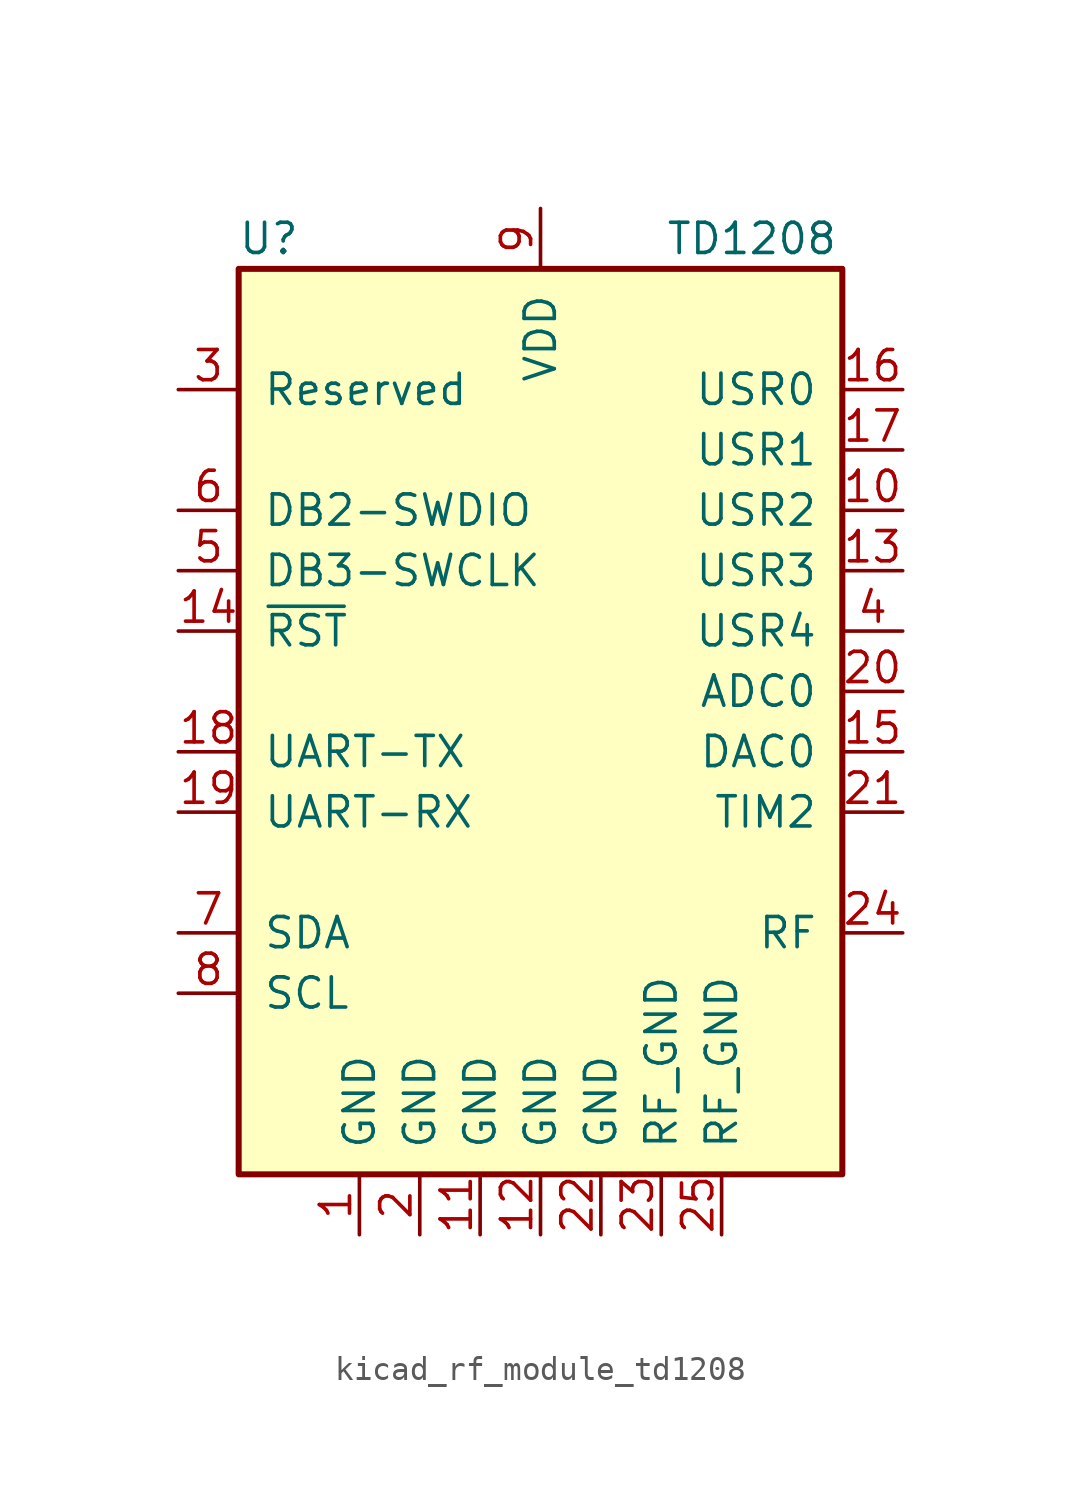
<source format=kicad_sym>
(kicad_symbol_lib
  (version 20220914)
  (generator kicad_symbol_editor)
  (symbol "kicad_rf_module_td1208"
    (pin_names
      (offset 1.016))
    (property "Reference" "U"
      (at -11.43 19.05 0)
      (effects (font (size 1.27 1.27))))
    (property "Value" "TD1208"
      (at 8.89 19.05 0)
      (effects (font (size 1.27 1.27))))
    (symbol "kicad_rf_module_td1208_0_1"
      (rectangle (start -12.7 17.78) (end 12.7 -20.32) (stroke (width 0.254) (type default)) (fill (type background))))
    (symbol "kicad_rf_module_td1208_1_1"
      (pin power_in line (at -7.62 -22.86 90) (length 2.54) (name "GND" (effects (font (size 1.27 1.27)))) (number "1" (effects (font (size 1.27 1.27)))))
      (pin bidirectional line (at 15.24 7.62 180) (length 2.54) (name "USR2" (effects (font (size 1.27 1.27)))) (number "10" (effects (font (size 1.27 1.27)))))
      (pin power_in line (at -2.54 -22.86 90) (length 2.54) (name "GND" (effects (font (size 1.27 1.27)))) (number "11" (effects (font (size 1.27 1.27)))))
      (pin power_in line (at 0 -22.86 90) (length 2.54) (name "GND" (effects (font (size 1.27 1.27)))) (number "12" (effects (font (size 1.27 1.27)))))
      (pin bidirectional line (at 15.24 5.08 180) (length 2.54) (name "USR3" (effects (font (size 1.27 1.27)))) (number "13" (effects (font (size 1.27 1.27)))))
      (pin input line (at -15.24 2.54 0) (length 2.54) (name "~{RST}" (effects (font (size 1.27 1.27)))) (number "14" (effects (font (size 1.27 1.27)))))
      (pin bidirectional line (at 15.24 -2.54 180) (length 2.54) (name "DAC0" (effects (font (size 1.27 1.27)))) (number "15" (effects (font (size 1.27 1.27)))))
      (pin bidirectional line (at 15.24 12.7 180) (length 2.54) (name "USR0" (effects (font (size 1.27 1.27)))) (number "16" (effects (font (size 1.27 1.27)))))
      (pin bidirectional line (at 15.24 10.16 180) (length 2.54) (name "USR1" (effects (font (size 1.27 1.27)))) (number "17" (effects (font (size 1.27 1.27)))))
      (pin bidirectional line (at -15.24 -2.54 0) (length 2.54) (name "UART-TX" (effects (font (size 1.27 1.27)))) (number "18" (effects (font (size 1.27 1.27)))))
      (pin bidirectional line (at -15.24 -5.08 0) (length 2.54) (name "UART-RX" (effects (font (size 1.27 1.27)))) (number "19" (effects (font (size 1.27 1.27)))))
      (pin power_in line (at -5.08 -22.86 90) (length 2.54) (name "GND" (effects (font (size 1.27 1.27)))) (number "2" (effects (font (size 1.27 1.27)))))
      (pin bidirectional line (at 15.24 0 180) (length 2.54) (name "ADC0" (effects (font (size 1.27 1.27)))) (number "20" (effects (font (size 1.27 1.27)))))
      (pin bidirectional line (at 15.24 -5.08 180) (length 2.54) (name "TIM2" (effects (font (size 1.27 1.27)))) (number "21" (effects (font (size 1.27 1.27)))))
      (pin power_in line (at 2.54 -22.86 90) (length 2.54) (name "GND" (effects (font (size 1.27 1.27)))) (number "22" (effects (font (size 1.27 1.27)))))
      (pin power_in line (at 5.08 -22.86 90) (length 2.54) (name "RF_GND" (effects (font (size 1.27 1.27)))) (number "23" (effects (font (size 1.27 1.27)))))
      (pin bidirectional line (at 15.24 -10.16 180) (length 2.54) (name "RF" (effects (font (size 1.27 1.27)))) (number "24" (effects (font (size 1.27 1.27)))))
      (pin power_in line (at 7.62 -22.86 90) (length 2.54) (name "RF_GND" (effects (font (size 1.27 1.27)))) (number "25" (effects (font (size 1.27 1.27)))))
      (pin unspecified line (at -15.24 12.7 0) (length 2.54) (name "Reserved" (effects (font (size 1.27 1.27)))) (number "3" (effects (font (size 1.27 1.27)))))
      (pin bidirectional line (at 15.24 2.54 180) (length 2.54) (name "USR4" (effects (font (size 1.27 1.27)))) (number "4" (effects (font (size 1.27 1.27)))))
      (pin bidirectional line (at -15.24 5.08 0) (length 2.54) (name "DB3-SWCLK" (effects (font (size 1.27 1.27)))) (number "5" (effects (font (size 1.27 1.27)))))
      (pin bidirectional line (at -15.24 7.62 0) (length 2.54) (name "DB2-SWDIO" (effects (font (size 1.27 1.27)))) (number "6" (effects (font (size 1.27 1.27)))))
      (pin bidirectional line (at -15.24 -10.16 0) (length 2.54) (name "SDA" (effects (font (size 1.27 1.27)))) (number "7" (effects (font (size 1.27 1.27)))))
      (pin bidirectional line (at -15.24 -12.7 0) (length 2.54) (name "SCL" (effects (font (size 1.27 1.27)))) (number "8" (effects (font (size 1.27 1.27)))))
      (pin power_in line (at 0 20.32 270) (length 2.54) (name "VDD" (effects (font (size 1.27 1.27)))) (number "9" (effects (font (size 1.27 1.27))))))))
</source>
